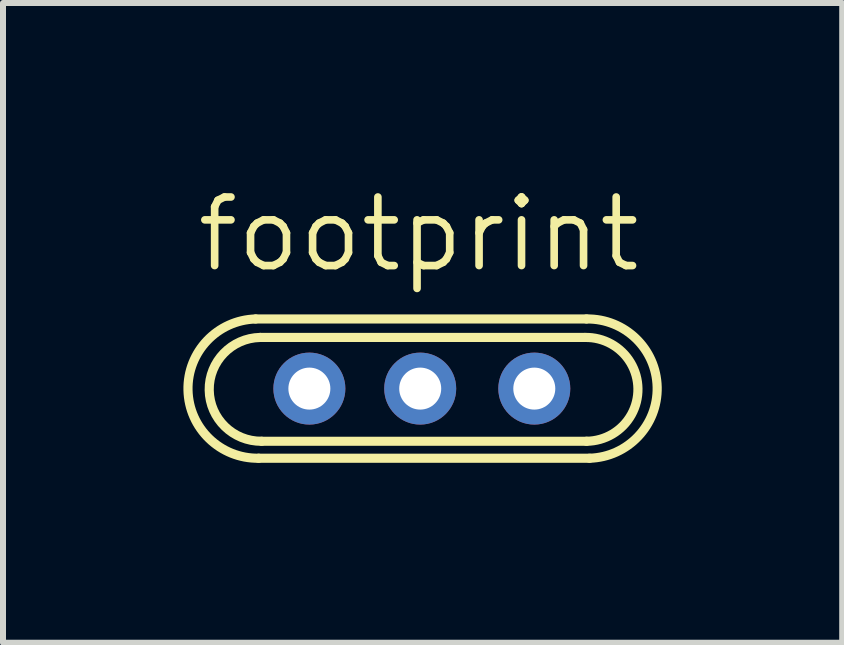
<source format=kicad_pcb>
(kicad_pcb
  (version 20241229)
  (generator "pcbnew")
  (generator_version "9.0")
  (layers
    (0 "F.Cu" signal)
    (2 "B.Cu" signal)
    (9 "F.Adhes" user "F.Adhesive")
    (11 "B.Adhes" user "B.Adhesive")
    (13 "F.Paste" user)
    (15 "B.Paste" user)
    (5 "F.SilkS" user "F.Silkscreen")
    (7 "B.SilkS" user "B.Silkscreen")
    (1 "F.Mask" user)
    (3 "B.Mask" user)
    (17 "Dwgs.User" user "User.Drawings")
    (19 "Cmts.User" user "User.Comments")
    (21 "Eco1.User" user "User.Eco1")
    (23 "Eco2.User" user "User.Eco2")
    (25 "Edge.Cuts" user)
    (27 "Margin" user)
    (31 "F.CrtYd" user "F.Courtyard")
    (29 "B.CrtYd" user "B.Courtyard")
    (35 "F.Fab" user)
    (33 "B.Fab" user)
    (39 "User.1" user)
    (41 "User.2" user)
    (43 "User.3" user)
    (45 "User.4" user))
  (footprint "footprint"
    (layer "F.Cu")
    (at 3.983 3.429)
    (property "Reference" "footprint" (at -3.81 -1.905 0) (layer "F.SilkS") (effects (font (size 1.143 1.143) (thickness 0.127)) (justify left bottom)))
    (fp_line (start -2.771 -1.161) (end 2.746 -1.161) (stroke (width 0.152) (type solid)) (layer "F.SilkS"))
    (fp_line (start -2.721 1.161) (end 2.796 1.161) (stroke (width 0.152) (type solid)) (layer "F.SilkS"))
    (fp_line (start -2.671 0.878) (end 2.746 0.878) (stroke (width 0.152) (type solid)) (layer "F.SilkS"))
    (fp_line (start 2.721 -0.853) (end -2.696 -0.853) (stroke (width 0.152) (type solid)) (layer "F.SilkS"))
    (fp_arc (start -2.721 1.161) (mid -3.907 0.025) (end -2.771 -1.161) (stroke (width 0.1524) (type solid)) (layer "F.SilkS"))
    (fp_arc (start -2.671 0.878) (mid -3.549 0.025) (end -2.696 -0.853) (stroke (width 0.1524) (type solid)) (layer "F.SilkS"))
    (fp_arc (start 2.721 -0.853) (mid 3.599 0) (end 2.746 0.878) (stroke (width 0.1524) (type solid)) (layer "F.SilkS"))
    (fp_arc (start 2.746 -1.161) (mid 3.932 -0.025) (end 2.796 1.161) (stroke (width 0.1524) (type solid)) (layer "F.SilkS"))
    (pad "1" thru_hole circle (at -1.875 0) (size 1.2 1.2) (drill 0.7) (layers "*.Cu" "*.Mask"))
    (pad "2" thru_hole circle (at -0.027 0) (size 1.2 1.2) (drill 0.7) (layers "*.Cu" "*.Mask"))
    (pad "3" thru_hole circle (at 1.875 0) (size 1.2 1.2) (drill 0.7) (layers "*.Cu" "*.Mask")))
  (gr_rect
    (start -3 -3)
    (end 10.992 7.666)
    (stroke (width 0.1) (type default))
    (fill no)
    (layer "Edge.Cuts")))
</source>
